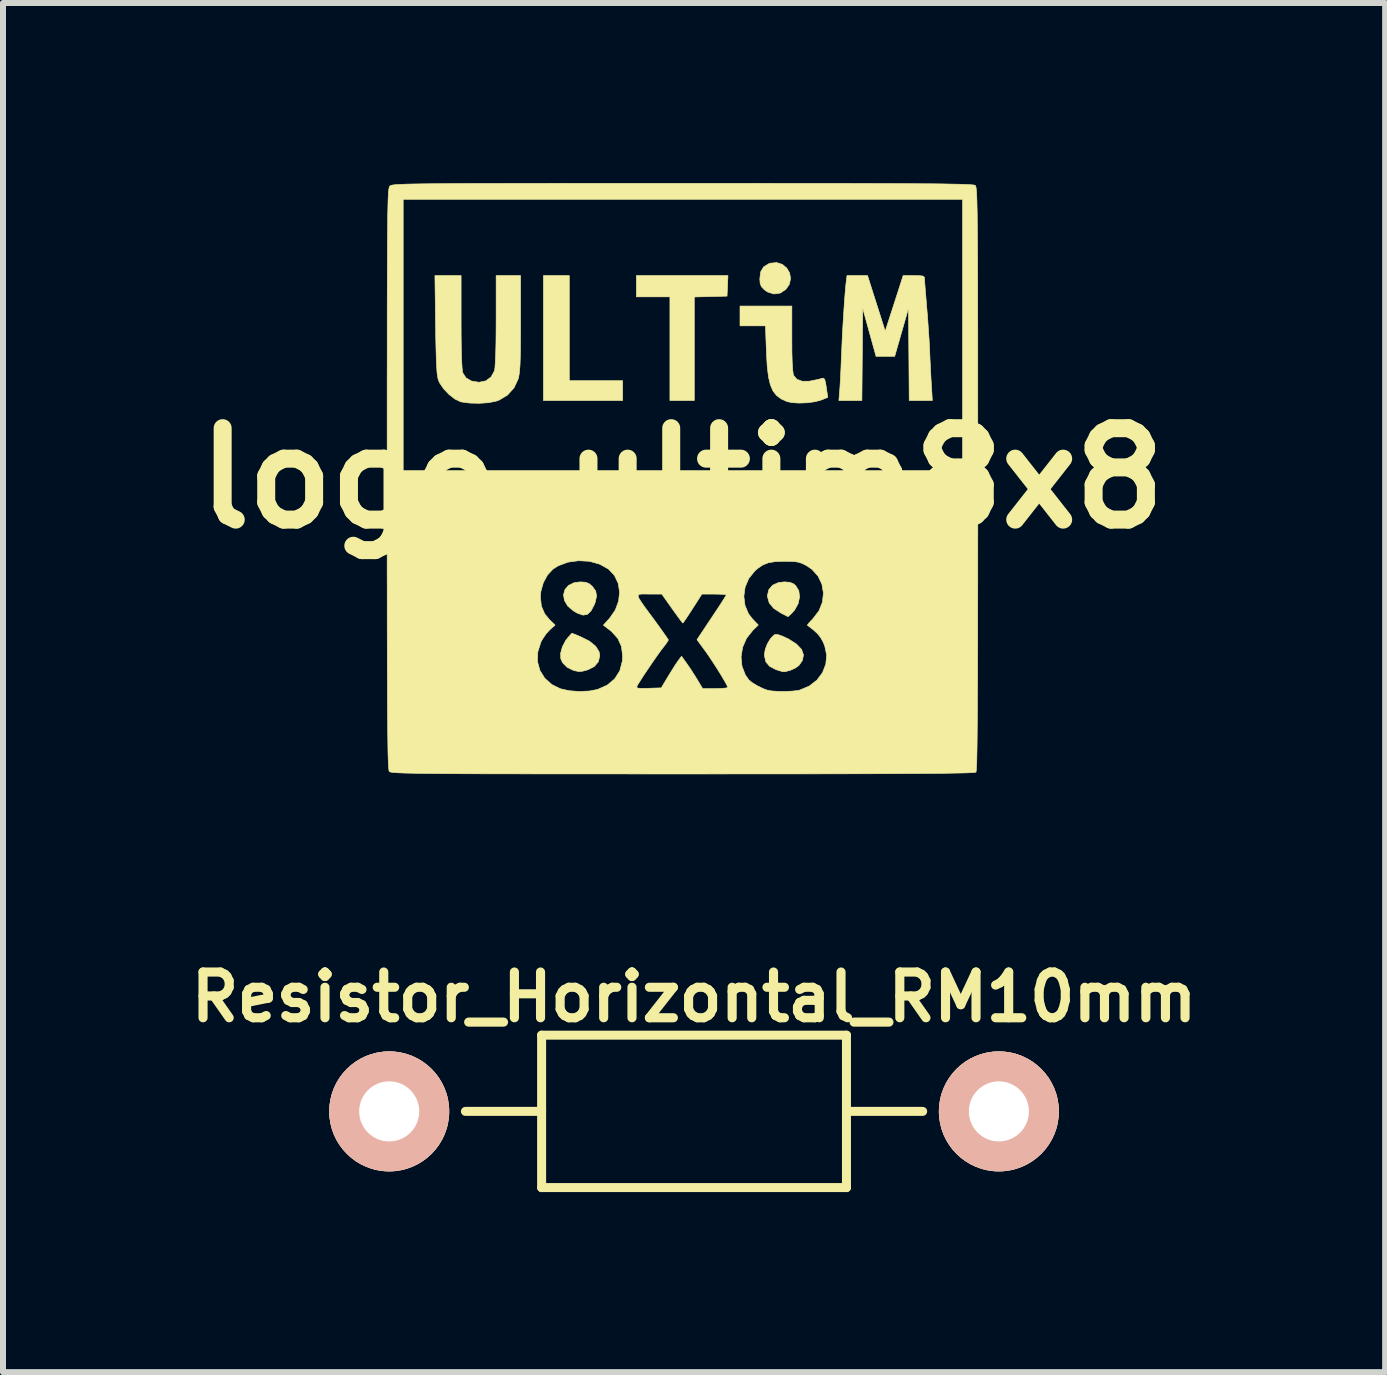
<source format=kicad_pcb>
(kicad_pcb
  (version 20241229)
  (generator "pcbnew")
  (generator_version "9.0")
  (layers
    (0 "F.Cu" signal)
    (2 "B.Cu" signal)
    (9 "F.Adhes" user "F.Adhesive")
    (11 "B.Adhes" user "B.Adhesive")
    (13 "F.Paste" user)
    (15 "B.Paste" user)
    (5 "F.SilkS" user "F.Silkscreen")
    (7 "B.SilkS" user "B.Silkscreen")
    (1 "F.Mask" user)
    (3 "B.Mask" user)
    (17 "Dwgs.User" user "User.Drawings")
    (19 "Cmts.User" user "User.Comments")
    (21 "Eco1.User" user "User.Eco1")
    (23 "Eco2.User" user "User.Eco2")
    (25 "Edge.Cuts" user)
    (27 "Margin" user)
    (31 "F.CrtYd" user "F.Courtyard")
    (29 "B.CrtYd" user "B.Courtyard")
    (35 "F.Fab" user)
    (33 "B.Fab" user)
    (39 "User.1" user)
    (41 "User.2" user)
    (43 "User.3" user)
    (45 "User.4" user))
  (footprint "logo_ultim8x8"
    (layer "F.Cu")
    (at 8.317 4.92)
    (property "Reference" "logo_ultim8x8" (at 0 0 0) (layer "F.SilkS") (effects (font (size 1.524 1.524) (thickness 0.3))))
    (attr through_hole)
    (fp_poly (pts (xy -1.88 -1.626) (xy -0.991 -1.626) (xy -0.991 -1.295) (xy -2.311 -1.295) (xy -2.311 -3.378) (xy -1.88 -3.378) (xy -1.88 -1.626)) (stroke (width 0.01) (type solid)) (fill yes) (layer "F.SilkS"))
    (fp_poly (pts (xy 0.757 -3.207) (xy 0.749 -3.035) (xy 0.203 -3.021) (xy 0.203 -1.295) (xy -0.203 -1.295) (xy -0.203 -3.023) (xy -0.762 -3.023) (xy -0.762 -3.378) (xy 0.001 -3.378) (xy 0.764 -3.378) (xy 0.757 -3.207)) (stroke (width 0.01) (type solid)) (fill yes) (layer "F.SilkS"))
    (fp_poly (pts (xy 1.671 -3.564) (xy 1.744 -3.503) (xy 1.792 -3.421) (xy 1.808 -3.326) (xy 1.786 -3.23) (xy 1.729 -3.148) (xy 1.636 -3.086) (xy 1.531 -3.071) (xy 1.426 -3.103) (xy 1.374 -3.139) (xy 1.324 -3.19) (xy 1.301 -3.244) (xy 1.295 -3.324) (xy 1.31 -3.441) (xy 1.358 -3.522) (xy 1.443 -3.574) (xy 1.47 -3.584) (xy 1.578 -3.594) (xy 1.671 -3.564)) (stroke (width 0.01) (type solid)) (fill yes) (layer "F.SilkS"))
    (fp_poly (pts (xy 1.794 1.734) (xy 1.855 1.758) (xy 1.893 1.79) (xy 1.945 1.874) (xy 1.958 1.978) (xy 1.934 2.089) (xy 1.876 2.195) (xy 1.825 2.252) (xy 1.765 2.307) (xy 1.647 2.246) (xy 1.526 2.167) (xy 1.452 2.078) (xy 1.423 1.974) (xy 1.422 1.955) (xy 1.445 1.856) (xy 1.508 1.782) (xy 1.607 1.738) (xy 1.705 1.727) (xy 1.794 1.734)) (stroke (width 0.01) (type solid)) (fill yes) (layer "F.SilkS"))
    (fp_poly (pts (xy -1.61 1.733) (xy -1.55 1.756) (xy -1.497 1.801) (xy -1.44 1.878) (xy -1.425 1.963) (xy -1.448 2.067) (xy -1.461 2.102) (xy -1.517 2.209) (xy -1.577 2.268) (xy -1.65 2.281) (xy -1.742 2.25) (xy -1.808 2.212) (xy -1.906 2.129) (xy -1.961 2.036) (xy -1.976 1.942) (xy -1.952 1.855) (xy -1.892 1.785) (xy -1.798 1.74) (xy -1.696 1.727) (xy -1.61 1.733)) (stroke (width 0.01) (type solid)) (fill yes) (layer "F.SilkS"))
    (fp_poly (pts (xy -1.691 2.641) (xy -1.544 2.715) (xy -1.44 2.8) (xy -1.383 2.892) (xy -1.372 2.957) (xy -1.395 3.057) (xy -1.463 3.137) (xy -1.571 3.192) (xy -1.591 3.198) (xy -1.665 3.217) (xy -1.717 3.221) (xy -1.773 3.211) (xy -1.817 3.199) (xy -1.916 3.15) (xy -1.991 3.075) (xy -2.022 3.007) (xy -2.024 2.915) (xy -1.995 2.808) (xy -1.941 2.705) (xy -1.907 2.661) (xy -1.836 2.582) (xy -1.691 2.641)) (stroke (width 0.01) (type solid)) (fill yes) (layer "F.SilkS"))
    (fp_poly (pts (xy 1.599 2.606) (xy 1.674 2.632) (xy 1.766 2.675) (xy 1.776 2.68) (xy 1.908 2.765) (xy 1.991 2.853) (xy 2.023 2.943) (xy 2.005 3.036) (xy 1.948 3.118) (xy 1.886 3.163) (xy 1.8 3.202) (xy 1.715 3.223) (xy 1.689 3.225) (xy 1.651 3.216) (xy 1.586 3.196) (xy 1.562 3.188) (xy 1.457 3.133) (xy 1.395 3.058) (xy 1.372 2.955) (xy 1.372 2.936) (xy 1.386 2.849) (xy 1.423 2.755) (xy 1.474 2.672) (xy 1.529 2.615) (xy 1.555 2.602) (xy 1.599 2.606)) (stroke (width 0.01) (type solid)) (fill yes) (layer "F.SilkS"))
    (fp_poly (pts (xy 1.829 -2.325) (xy 1.83 -2.103) (xy 1.835 -1.93) (xy 1.843 -1.806) (xy 1.853 -1.731) (xy 1.858 -1.715) (xy 1.912 -1.65) (xy 1.998 -1.617) (xy 2.119 -1.617) (xy 2.276 -1.649) (xy 2.326 -1.664) (xy 2.355 -1.668) (xy 2.374 -1.652) (xy 2.388 -1.606) (xy 2.403 -1.52) (xy 2.403 -1.514) (xy 2.428 -1.348) (xy 2.325 -1.306) (xy 2.218 -1.276) (xy 2.086 -1.258) (xy 1.949 -1.253) (xy 1.825 -1.261) (xy 1.743 -1.28) (xy 1.648 -1.324) (xy 1.572 -1.381) (xy 1.514 -1.456) (xy 1.471 -1.557) (xy 1.44 -1.688) (xy 1.419 -1.857) (xy 1.407 -2.069) (xy 1.405 -2.115) (xy 1.389 -2.54) (xy 0.965 -2.54) (xy 0.965 -2.87) (xy 1.829 -2.87) (xy 1.829 -2.325)) (stroke (width 0.01) (type solid)) (fill yes) (layer "F.SilkS"))
    (fp_poly (pts (xy 3.956 -3.376) (xy 4.01 -3.37) (xy 4.034 -3.355) (xy 4.039 -3.334) (xy 4.041 -3.294) (xy 4.047 -3.214) (xy 4.056 -3.102) (xy 4.067 -2.968) (xy 4.075 -2.87) (xy 4.09 -2.694) (xy 4.103 -2.501) (xy 4.116 -2.312) (xy 4.125 -2.147) (xy 4.126 -2.108) (xy 4.133 -1.954) (xy 4.141 -1.792) (xy 4.149 -1.642) (xy 4.156 -1.53) (xy 4.17 -1.295) (xy 3.785 -1.295) (xy 3.779 -2.063) (xy 3.772 -2.83) (xy 3.543 -2.032) (xy 3.388 -2.032) (xy 3.232 -2.032) (xy 3.01 -2.832) (xy 3.003 -2.064) (xy 2.996 -1.295) (xy 2.613 -1.295) (xy 2.627 -1.467) (xy 2.633 -1.556) (xy 2.64 -1.681) (xy 2.647 -1.827) (xy 2.653 -1.979) (xy 2.655 -2.019) (xy 2.663 -2.207) (xy 2.672 -2.406) (xy 2.684 -2.608) (xy 2.696 -2.802) (xy 2.708 -2.978) (xy 2.72 -3.126) (xy 2.73 -3.236) (xy 2.733 -3.258) (xy 2.748 -3.378) (xy 3.09 -3.378) (xy 3.385 -2.451) (xy 3.535 -2.915) (xy 3.684 -3.378) (xy 3.862 -3.378) (xy 3.956 -3.376)) (stroke (width 0.01) (type solid)) (fill yes) (layer "F.SilkS"))
    (fp_poly (pts (xy -3.683 -2.607) (xy -3.682 -2.352) (xy -3.679 -2.139) (xy -3.674 -1.97) (xy -3.667 -1.847) (xy -3.659 -1.772) (xy -3.655 -1.756) (xy -3.601 -1.673) (xy -3.51 -1.62) (xy -3.389 -1.6) (xy -3.383 -1.6) (xy -3.27 -1.623) (xy -3.183 -1.688) (xy -3.128 -1.789) (xy -3.125 -1.798) (xy -3.118 -1.85) (xy -3.112 -1.947) (xy -3.106 -2.081) (xy -3.102 -2.248) (xy -3.1 -2.44) (xy -3.099 -2.635) (xy -3.099 -3.378) (xy -2.692 -3.378) (xy -2.692 -2.583) (xy -2.693 -2.347) (xy -2.694 -2.157) (xy -2.697 -2.006) (xy -2.701 -1.888) (xy -2.708 -1.797) (xy -2.716 -1.728) (xy -2.726 -1.675) (xy -2.732 -1.654) (xy -2.801 -1.507) (xy -2.909 -1.387) (xy -3.048 -1.303) (xy -3.102 -1.284) (xy -3.229 -1.259) (xy -3.382 -1.249) (xy -3.538 -1.253) (xy -3.674 -1.271) (xy -3.694 -1.276) (xy -3.786 -1.32) (xy -3.884 -1.396) (xy -3.974 -1.491) (xy -4.042 -1.592) (xy -4.062 -1.638) (xy -4.073 -1.683) (xy -4.083 -1.753) (xy -4.09 -1.851) (xy -4.096 -1.984) (xy -4.101 -2.155) (xy -4.106 -2.369) (xy -4.108 -2.559) (xy -4.119 -3.378) (xy -3.683 -3.378) (xy -3.683 -2.607)) (stroke (width 0.01) (type solid)) (fill yes) (layer "F.SilkS"))
    (fp_poly (pts (xy 0.604 -4.915) (xy 1.149 -4.915) (xy 1.647 -4.914) (xy 2.1 -4.914) (xy 2.511 -4.914) (xy 2.88 -4.913) (xy 3.211 -4.912) (xy 3.505 -4.911) (xy 3.765 -4.91) (xy 3.991 -4.908) (xy 4.187 -4.907) (xy 4.353 -4.905) (xy 4.493 -4.902) (xy 4.608 -4.9) (xy 4.7 -4.897) (xy 4.771 -4.894) (xy 4.823 -4.891) (xy 4.859 -4.887) (xy 4.879 -4.883) (xy 4.886 -4.88) (xy 4.891 -4.873) (xy 4.895 -4.86) (xy 4.9 -4.838) (xy 4.903 -4.806) (xy 4.907 -4.762) (xy 4.91 -4.702) (xy 4.913 -4.626) (xy 4.915 -4.53) (xy 4.918 -4.413) (xy 4.919 -4.274) (xy 4.921 -4.109) (xy 4.923 -3.916) (xy 4.924 -3.694) (xy 4.925 -3.44) (xy 4.926 -3.152) (xy 4.926 -2.829) (xy 4.927 -2.467) (xy 4.927 -2.065) (xy 4.927 -1.621) (xy 4.927 -1.133) (xy 4.928 -0.598) (xy 4.928 -0.015) (xy 4.928 0.011) (xy 4.928 0.624) (xy 4.927 1.187) (xy 4.927 1.704) (xy 4.926 2.174) (xy 4.926 2.601) (xy 4.925 2.985) (xy 4.924 3.328) (xy 4.922 3.632) (xy 4.921 3.899) (xy 4.919 4.13) (xy 4.917 4.327) (xy 4.915 4.492) (xy 4.912 4.627) (xy 4.91 4.732) (xy 4.906 4.81) (xy 4.903 4.862) (xy 4.899 4.891) (xy 4.897 4.897) (xy 4.882 4.901) (xy 4.844 4.905) (xy 4.782 4.908) (xy 4.693 4.911) (xy 4.577 4.913) (xy 4.43 4.916) (xy 4.253 4.918) (xy 4.042 4.92) (xy 3.797 4.921) (xy 3.515 4.923) (xy 3.196 4.924) (xy 2.836 4.925) (xy 2.436 4.926) (xy 1.992 4.927) (xy 1.503 4.927) (xy 0.968 4.927) (xy 0.385 4.928) (xy 0.011 4.928) (xy -0.575 4.928) (xy -1.112 4.927) (xy -1.602 4.927) (xy -2.048 4.927) (xy -2.451 4.927) (xy -2.814 4.926) (xy -3.14 4.926) (xy -3.429 4.925) (xy -3.684 4.924) (xy -3.907 4.923) (xy -4.101 4.921) (xy -4.267 4.92) (xy -4.408 4.918) (xy -4.526 4.915) (xy -4.622 4.913) (xy -4.699 4.91) (xy -4.759 4.907) (xy -4.805 4.904) (xy -4.837 4.9) (xy -4.859 4.895) (xy -4.873 4.891) (xy -4.88 4.886) (xy -4.88 4.886) (xy -4.884 4.874) (xy -4.888 4.849) (xy -4.892 4.809) (xy -4.895 4.75) (xy -4.898 4.673) (xy -4.901 4.574) (xy -4.903 4.451) (xy -4.905 4.303) (xy -4.907 4.127) (xy -4.909 3.922) (xy -4.91 3.685) (xy -4.911 3.415) (xy -4.912 3.109) (xy -4.912 3.055) (xy -2.41 3.055) (xy -2.369 3.204) (xy -2.287 3.335) (xy -2.167 3.44) (xy -2.028 3.508) (xy -1.88 3.541) (xy -1.709 3.554) (xy -1.539 3.545) (xy -1.408 3.519) (xy -1.338 3.488) (xy -0.754 3.488) (xy -0.732 3.498) (xy -0.678 3.502) (xy -0.584 3.501) (xy -0.558 3.5) (xy -0.347 3.493) (xy -0.231 3.299) (xy -0.171 3.202) (xy -0.115 3.113) (xy -0.071 3.049) (xy -0.062 3.036) (xy -0.009 2.966) (xy 0.079 3.089) (xy 0.143 3.182) (xy 0.213 3.291) (xy 0.255 3.359) (xy 0.342 3.505) (xy 0.552 3.505) (xy 0.648 3.503) (xy 0.721 3.497) (xy 0.759 3.489) (xy 0.762 3.486) (xy 0.749 3.453) (xy 0.713 3.387) (xy 0.66 3.297) (xy 0.596 3.193) (xy 0.526 3.084) (xy 0.457 2.98) (xy 0.455 2.976) (xy 0.983 2.976) (xy 0.998 3.133) (xy 1.054 3.278) (xy 1.114 3.362) (xy 1.17 3.408) (xy 1.256 3.459) (xy 1.352 3.506) (xy 1.422 3.532) (xy 1.497 3.545) (xy 1.604 3.552) (xy 1.725 3.552) (xy 1.841 3.547) (xy 1.935 3.536) (xy 1.96 3.53) (xy 2.119 3.463) (xy 2.247 3.364) (xy 2.34 3.24) (xy 2.395 3.098) (xy 2.409 2.946) (xy 2.376 2.79) (xy 2.352 2.733) (xy 2.31 2.657) (xy 2.261 2.594) (xy 2.192 2.53) (xy 2.093 2.453) (xy 2.087 2.449) (xy 2.099 2.429) (xy 2.138 2.385) (xy 2.181 2.34) (xy 2.282 2.208) (xy 2.339 2.063) (xy 2.355 1.912) (xy 2.33 1.765) (xy 2.266 1.631) (xy 2.163 1.517) (xy 2.078 1.459) (xy 2.009 1.423) (xy 1.948 1.401) (xy 1.88 1.389) (xy 1.787 1.385) (xy 1.702 1.384) (xy 1.552 1.389) (xy 1.439 1.408) (xy 1.346 1.444) (xy 1.26 1.503) (xy 1.211 1.546) (xy 1.111 1.67) (xy 1.05 1.814) (xy 1.029 1.967) (xy 1.048 2.119) (xy 1.107 2.259) (xy 1.171 2.342) (xy 1.27 2.446) (xy 1.177 2.536) (xy 1.073 2.668) (xy 1.008 2.818) (xy 0.983 2.976) (xy 0.455 2.976) (xy 0.394 2.889) (xy 0.375 2.863) (xy 0.248 2.69) (xy 0.492 2.323) (xy 0.572 2.203) (xy 0.641 2.098) (xy 0.694 2.015) (xy 0.727 1.961) (xy 0.737 1.943) (xy 0.713 1.937) (xy 0.651 1.933) (xy 0.562 1.931) (xy 0.533 1.93) (xy 0.33 1.93) (xy 0.175 2.172) (xy 0.113 2.268) (xy 0.061 2.346) (xy 0.026 2.397) (xy 0.012 2.413) (xy -0.005 2.394) (xy -0.045 2.341) (xy -0.102 2.263) (xy -0.167 2.172) (xy -0.338 1.93) (xy -0.551 1.93) (xy -0.63 1.929) (xy -0.687 1.93) (xy -0.722 1.938) (xy -0.734 1.959) (xy -0.722 1.997) (xy -0.684 2.058) (xy -0.621 2.148) (xy -0.53 2.271) (xy -0.472 2.349) (xy -0.39 2.462) (xy -0.32 2.56) (xy -0.267 2.636) (xy -0.235 2.683) (xy -0.229 2.695) (xy -0.243 2.722) (xy -0.28 2.774) (xy -0.308 2.81) (xy -0.355 2.871) (xy -0.417 2.958) (xy -0.489 3.061) (xy -0.563 3.17) (xy -0.633 3.274) (xy -0.692 3.366) (xy -0.735 3.434) (xy -0.754 3.469) (xy -0.754 3.488) (xy -1.338 3.488) (xy -1.247 3.447) (xy -1.123 3.343) (xy -1.038 3.208) (xy -0.996 3.047) (xy -0.991 2.966) (xy -1.01 2.805) (xy -1.07 2.671) (xy -1.174 2.555) (xy -1.209 2.527) (xy -1.312 2.448) (xy -1.207 2.332) (xy -1.113 2.196) (xy -1.058 2.048) (xy -1.042 1.896) (xy -1.065 1.751) (xy -1.127 1.62) (xy -1.227 1.513) (xy -1.228 1.513) (xy -1.375 1.431) (xy -1.544 1.384) (xy -1.725 1.374) (xy -1.902 1.398) (xy -2.065 1.459) (xy -2.15 1.513) (xy -2.242 1.611) (xy -2.313 1.741) (xy -2.354 1.886) (xy -2.362 1.976) (xy -2.345 2.131) (xy -2.29 2.259) (xy -2.204 2.363) (xy -2.116 2.447) (xy -2.205 2.525) (xy -2.269 2.596) (xy -2.33 2.687) (xy -2.353 2.73) (xy -2.405 2.895) (xy -2.41 3.055) (xy -4.912 3.055) (xy -4.913 2.766) (xy -4.914 2.384) (xy -4.914 1.96) (xy -4.915 1.492) (xy -4.915 0.979) (xy -4.915 0.419) (xy -4.915 0.01) (xy -4.915 -0.573) (xy -4.915 -1.107) (xy -4.915 -1.595) (xy -4.914 -2.038) (xy -4.914 -2.439) (xy -4.914 -2.8) (xy -4.913 -3.123) (xy -4.912 -3.41) (xy -4.911 -3.663) (xy -4.91 -3.885) (xy -4.909 -4.077) (xy -4.907 -4.242) (xy -4.906 -4.382) (xy -4.903 -4.499) (xy -4.901 -4.596) (xy -4.899 -4.648) (xy -4.648 -4.648) (xy -4.648 -0.127) (xy 4.674 -0.127) (xy 4.674 -4.648) (xy -4.648 -4.648) (xy -4.899 -4.648) (xy -4.898 -4.673) (xy -4.895 -4.734) (xy -4.892 -4.78) (xy -4.888 -4.815) (xy -4.883 -4.839) (xy -4.879 -4.854) (xy -4.874 -4.865) (xy -4.87 -4.87) (xy -4.862 -4.875) (xy -4.851 -4.88) (xy -4.833 -4.885) (xy -4.807 -4.889) (xy -4.769 -4.893) (xy -4.719 -4.896) (xy -4.654 -4.899) (xy -4.572 -4.902) (xy -4.471 -4.904) (xy -4.348 -4.906) (xy -4.202 -4.908) (xy -4.029 -4.909) (xy -3.83 -4.911) (xy -3.6 -4.912) (xy -3.338 -4.913) (xy -3.041 -4.913) (xy -2.709 -4.914) (xy -2.338 -4.914) (xy -1.926 -4.915) (xy -1.471 -4.915) (xy -0.972 -4.915) (xy -0.425 -4.915) (xy 0.01 -4.915) (xy 0.604 -4.915)) (stroke (width 0.01) (type solid)) (fill yes) (layer "F.SilkS")))
  (footprint "Resistor_Horizontal_RM10mm"
    (layer "F.Cu")
    (at 8.516 15.471)
    (property "Reference" "Resistor_Horizontal_RM10mm" (at 0 -1.905 0) (layer "F.SilkS") (effects (font (size 0.762 0.762) (thickness 0.152))))
    (attr through_hole)
    (fp_line (start -2.54 -1.27) (end 2.54 -1.27) (stroke (width 0.15) (type solid)) (layer "F.SilkS"))
    (fp_line (start -2.54 0) (end -3.81 0) (stroke (width 0.15) (type solid)) (layer "F.SilkS"))
    (fp_line (start -2.54 1.27) (end -2.54 -1.27) (stroke (width 0.15) (type solid)) (layer "F.SilkS"))
    (fp_line (start 2.54 -1.27) (end 2.54 1.27) (stroke (width 0.15) (type solid)) (layer "F.SilkS"))
    (fp_line (start 2.54 0) (end 3.81 0) (stroke (width 0.15) (type solid)) (layer "F.SilkS"))
    (fp_line (start 2.54 1.27) (end -2.54 1.27) (stroke (width 0.15) (type solid)) (layer "F.SilkS"))
    (pad "1" thru_hole circle (at -5.08 0) (size 1.999 1.999) (drill 1.001) (layers "*.Cu" "*.SilkS" "*.Mask"))
    (pad "2" thru_hole circle (at 5.08 0) (size 1.999 1.999) (drill 1.001) (layers "*.Cu" "*.SilkS" "*.Mask")))
  (gr_rect
    (start -3 -3)
    (end 20.033 19.816)
    (stroke (width 0.1) (type default))
    (fill no)
    (layer "Edge.Cuts")))
</source>
